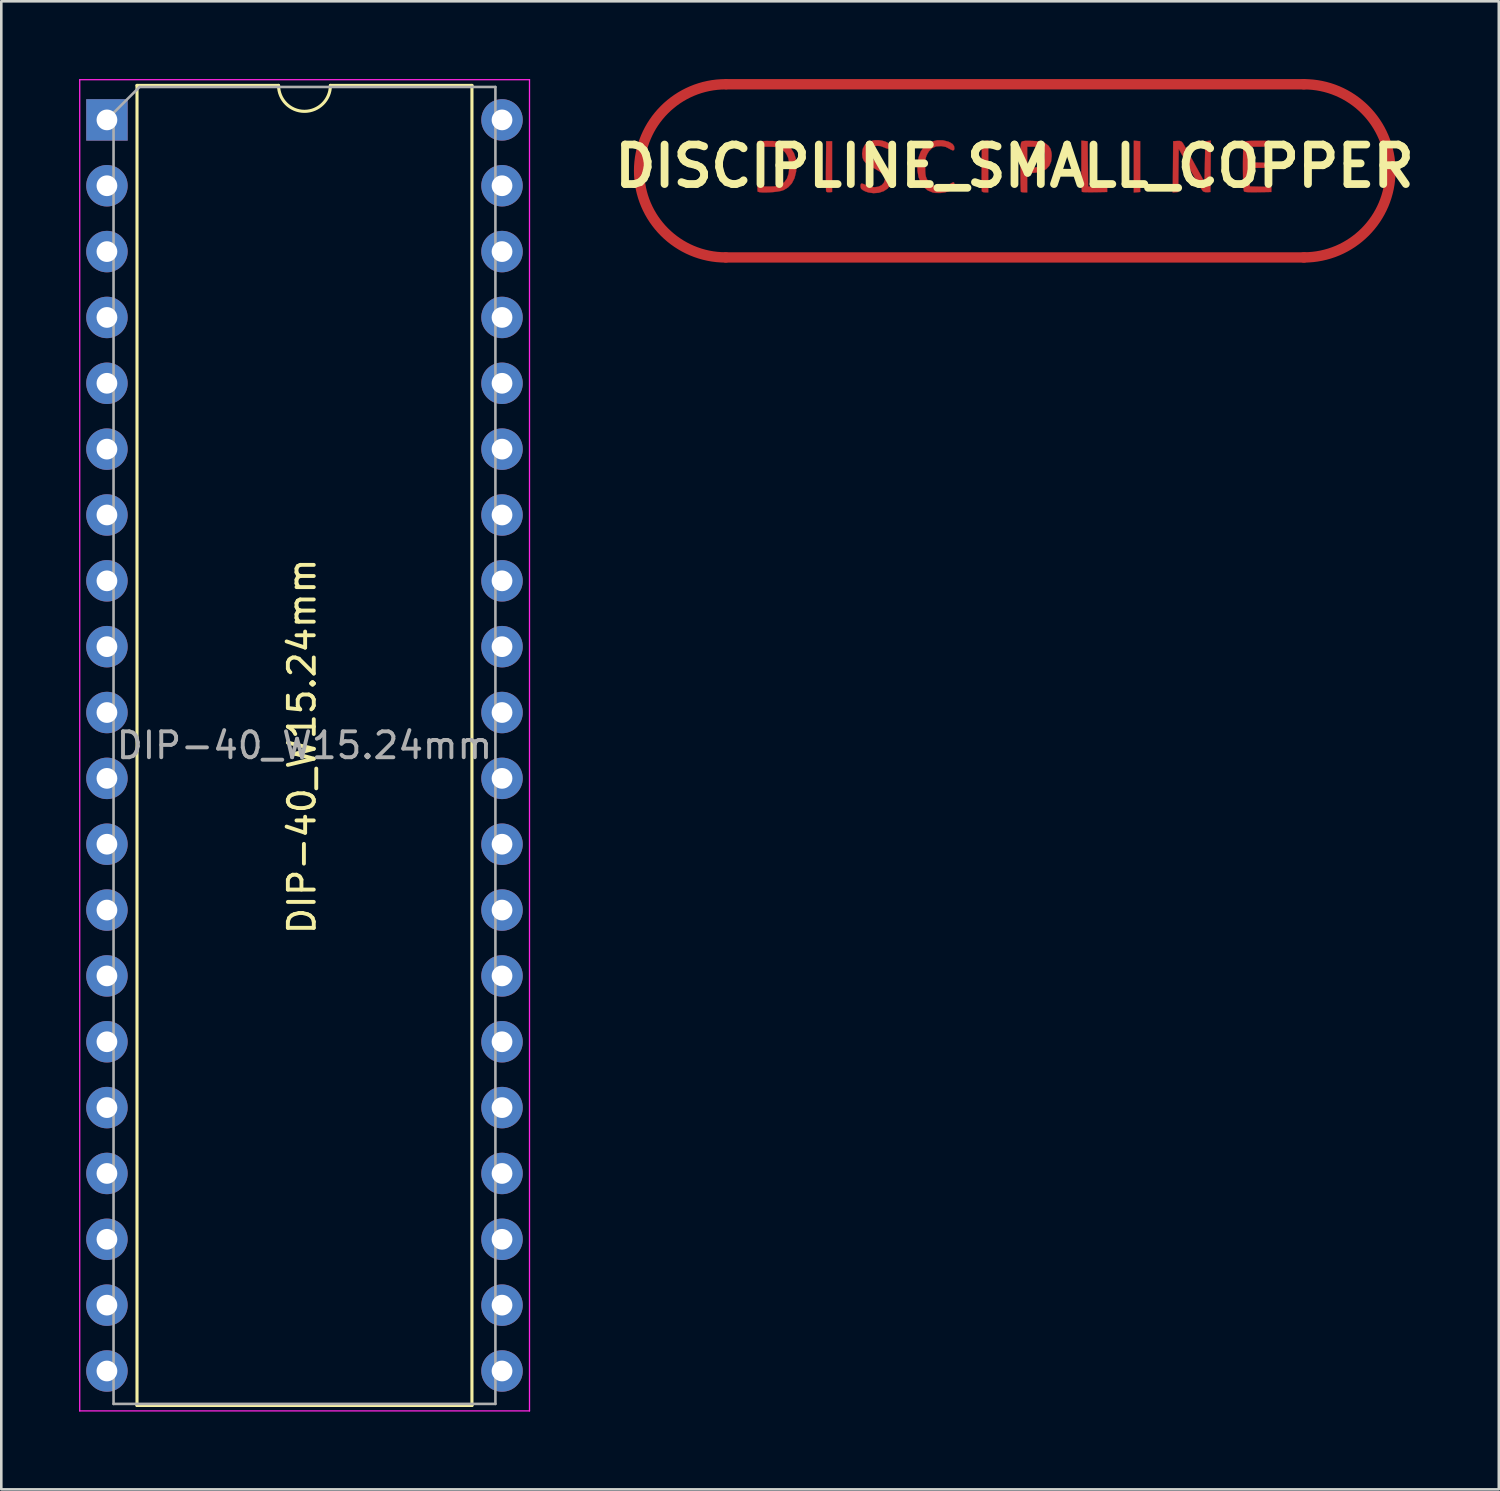
<source format=kicad_pcb>
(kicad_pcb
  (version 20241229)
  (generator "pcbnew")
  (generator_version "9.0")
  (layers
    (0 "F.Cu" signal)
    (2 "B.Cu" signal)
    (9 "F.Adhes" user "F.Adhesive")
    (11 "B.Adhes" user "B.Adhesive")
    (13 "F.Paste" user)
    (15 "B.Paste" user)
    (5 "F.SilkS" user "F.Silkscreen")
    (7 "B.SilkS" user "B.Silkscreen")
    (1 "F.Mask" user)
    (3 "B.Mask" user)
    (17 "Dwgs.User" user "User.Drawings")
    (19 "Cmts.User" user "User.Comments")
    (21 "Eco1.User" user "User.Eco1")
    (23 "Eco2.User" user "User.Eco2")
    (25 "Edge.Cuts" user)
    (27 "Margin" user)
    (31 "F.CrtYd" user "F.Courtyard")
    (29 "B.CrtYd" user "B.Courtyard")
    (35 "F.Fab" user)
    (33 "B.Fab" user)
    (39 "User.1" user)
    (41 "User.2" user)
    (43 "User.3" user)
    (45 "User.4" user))
  (footprint "DISCIPLINE_SMALL_COPPER"
    (layer "F.Cu")
    (at 36.083 3.36)
    (property "Reference" "DISCIPLINE_SMALL_COPPER" (at 0 0 0) (layer "F.SilkS") (effects (font (size 1.524 1.524) (thickness 0.3))))
    (attr through_hole)
    (fp_line (start -11.13 3.52) (end 11.17 3.52) (stroke (width 0.4) (type solid)) (layer "F.Cu"))
    (fp_line (start -11.11 -3.16) (end 11.17 -3.16) (stroke (width 0.4) (type solid)) (layer "F.Cu"))
    (fp_arc (start -11.14 3.52) (mid -14.48 0.18) (end -11.14 -3.16) (stroke (width 0.4) (type solid)) (layer "F.Cu"))
    (fp_arc (start 11.16 -3.16) (mid 14.5 0.18) (end 11.16 3.52) (stroke (width 0.4) (type solid)) (layer "F.Cu"))
    (fp_poly (pts (xy 4.726 -0.973) (xy 4.848 -0.963) (xy 4.848 0.996) (xy 4.603 1.016) (xy 4.603 -0.983) (xy 4.726 -0.973)) (stroke (width 0.01) (type solid)) (fill yes) (layer "F.Cu"))
    (fp_poly (pts (xy -7.036 0.996) (xy -7.142 1.006) (xy -7.228 1.001) (xy -7.265 0.973) (xy -7.269 0.93) (xy -7.272 0.831) (xy -7.274 0.684) (xy -7.275 0.497) (xy -7.275 0.279) (xy -7.273 0.039) (xy -7.273 -0.017) (xy -7.264 -0.963) (xy -7.036 -0.963) (xy -7.036 0.996)) (stroke (width 0.01) (type solid)) (fill yes) (layer "F.Cu"))
    (fp_poly (pts (xy -1.012 1.012) (xy -1.127 1.012) (xy -1.208 1.002) (xy -1.256 0.976) (xy -1.258 0.971) (xy -1.262 0.929) (xy -1.265 0.83) (xy -1.267 0.683) (xy -1.268 0.497) (xy -1.268 0.279) (xy -1.266 0.04) (xy -1.266 -0.017) (xy -1.257 -0.963) (xy -1.135 -0.973) (xy -1.012 -0.983) (xy -1.012 1.012)) (stroke (width 0.01) (type solid)) (fill yes) (layer "F.Cu"))
    (fp_poly (pts (xy 2.702 -0.973) (xy 2.824 -0.963) (xy 2.841 0.781) (xy 3.575 0.8) (xy 3.575 0.996) (xy 3.1 1.005) (xy 2.93 1.006) (xy 2.783 1.005) (xy 2.673 1.001) (xy 2.611 0.994) (xy 2.602 0.991) (xy 2.596 0.954) (xy 2.591 0.86) (xy 2.586 0.717) (xy 2.583 0.533) (xy 2.58 0.317) (xy 2.579 0.077) (xy 2.579 -0.007) (xy 2.579 -0.983) (xy 2.702 -0.973)) (stroke (width 0.01) (type solid)) (fill yes) (layer "F.Cu"))
    (fp_poly (pts (xy 7.567 0.006) (xy 7.558 0.996) (xy 7.444 1.005) (xy 7.35 1) (xy 7.278 0.975) (xy 7.275 0.973) (xy 7.245 0.934) (xy 7.189 0.846) (xy 7.11 0.715) (xy 7.015 0.551) (xy 6.906 0.361) (xy 6.789 0.153) (xy 6.777 0.131) (xy 6.335 -0.668) (xy 6.326 0.164) (xy 6.317 0.996) (xy 6.211 1.006) (xy 6.104 1.016) (xy 6.113 0.027) (xy 6.121 -0.963) (xy 6.273 -0.973) (xy 6.374 -0.973) (xy 6.436 -0.953) (xy 6.485 -0.904) (xy 6.517 -0.854) (xy 6.575 -0.755) (xy 6.654 -0.617) (xy 6.749 -0.448) (xy 6.855 -0.256) (xy 6.938 -0.106) (xy 7.329 0.612) (xy 7.362 -0.963) (xy 7.469 -0.973) (xy 7.575 -0.984) (xy 7.567 0.006)) (stroke (width 0.01) (type solid)) (fill yes) (layer "F.Cu"))
    (fp_poly (pts (xy 9.582 -0.979) (xy 9.717 -0.976) (xy 9.808 -0.971) (xy 9.862 -0.961) (xy 9.892 -0.945) (xy 9.906 -0.923) (xy 9.907 -0.919) (xy 9.914 -0.84) (xy 9.906 -0.804) (xy 9.889 -0.782) (xy 9.85 -0.766) (xy 9.78 -0.757) (xy 9.667 -0.752) (xy 9.5 -0.751) (xy 9.479 -0.751) (xy 9.074 -0.751) (xy 9.083 -0.449) (xy 9.092 -0.147) (xy 9.443 -0.138) (xy 9.794 -0.128) (xy 9.794 0.065) (xy 9.076 0.065) (xy 9.076 0.782) (xy 9.909 0.8) (xy 9.909 0.996) (xy 9.402 1.005) (xy 9.186 1.007) (xy 9.03 1.004) (xy 8.926 0.996) (xy 8.868 0.982) (xy 8.855 0.974) (xy 8.843 0.929) (xy 8.832 0.83) (xy 8.824 0.686) (xy 8.818 0.508) (xy 8.814 0.306) (xy 8.812 0.09) (xy 8.812 -0.13) (xy 8.815 -0.342) (xy 8.819 -0.538) (xy 8.826 -0.706) (xy 8.835 -0.836) (xy 8.846 -0.918) (xy 8.854 -0.94) (xy 8.9 -0.958) (xy 9.001 -0.97) (xy 9.16 -0.977) (xy 9.381 -0.979) (xy 9.391 -0.979) (xy 9.582 -0.979)) (stroke (width 0.01) (type solid)) (fill yes) (layer "F.Cu"))
    (fp_poly (pts (xy -9.323 -0.971) (xy -9.11 -0.947) (xy -8.933 -0.898) (xy -8.78 -0.822) (xy -8.773 -0.817) (xy -8.621 -0.684) (xy -8.507 -0.504) (xy -8.434 -0.288) (xy -8.406 -0.044) (xy -8.424 0.216) (xy -8.486 0.464) (xy -8.588 0.662) (xy -8.731 0.816) (xy -8.913 0.925) (xy -9.004 0.954) (xy -9.132 0.978) (xy -9.283 0.997) (xy -9.444 1.009) (xy -9.599 1.015) (xy -9.737 1.013) (xy -9.842 1.002) (xy -9.901 0.983) (xy -9.909 0.975) (xy -9.913 0.932) (xy -9.916 0.832) (xy -9.918 0.684) (xy -9.919 0.497) (xy -9.919 0.279) (xy -9.918 0.039) (xy -9.917 -0.017) (xy -9.911 -0.751) (xy -9.664 -0.751) (xy -9.664 0.784) (xy -9.409 0.784) (xy -9.252 0.778) (xy -9.135 0.759) (xy -9.032 0.721) (xy -9.01 0.71) (xy -8.872 0.612) (xy -8.775 0.476) (xy -8.715 0.294) (xy -8.691 0.1) (xy -8.692 -0.131) (xy -8.728 -0.317) (xy -8.8 -0.47) (xy -8.857 -0.544) (xy -8.963 -0.644) (xy -9.082 -0.708) (xy -9.231 -0.742) (xy -9.418 -0.751) (xy -9.664 -0.751) (xy -9.911 -0.751) (xy -9.909 -0.963) (xy -9.585 -0.973) (xy -9.323 -0.971)) (stroke (width 0.01) (type solid)) (fill yes) (layer "F.Cu"))
    (fp_poly (pts (xy -2.759 -0.998) (xy -2.546 -0.944) (xy -2.487 -0.917) (xy -2.383 -0.85) (xy -2.331 -0.774) (xy -2.318 -0.685) (xy -2.333 -0.622) (xy -2.381 -0.608) (xy -2.466 -0.643) (xy -2.516 -0.674) (xy -2.654 -0.743) (xy -2.815 -0.773) (xy -2.835 -0.775) (xy -3.024 -0.762) (xy -3.178 -0.696) (xy -3.301 -0.573) (xy -3.361 -0.474) (xy -3.399 -0.392) (xy -3.424 -0.314) (xy -3.438 -0.222) (xy -3.443 -0.097) (xy -3.444 0.032) (xy -3.442 0.196) (xy -3.434 0.312) (xy -3.418 0.399) (xy -3.391 0.473) (xy -3.369 0.515) (xy -3.259 0.659) (xy -3.113 0.756) (xy -2.943 0.804) (xy -2.762 0.801) (xy -2.582 0.745) (xy -2.48 0.684) (xy -2.408 0.64) (xy -2.356 0.62) (xy -2.354 0.62) (xy -2.323 0.646) (xy -2.318 0.709) (xy -2.334 0.787) (xy -2.371 0.859) (xy -2.39 0.881) (xy -2.511 0.957) (xy -2.674 1.01) (xy -2.86 1.036) (xy -3.049 1.032) (xy -3.155 1.014) (xy -3.343 0.937) (xy -3.499 0.808) (xy -3.62 0.632) (xy -3.702 0.416) (xy -3.744 0.166) (xy -3.743 -0.082) (xy -3.701 -0.334) (xy -3.62 -0.556) (xy -3.504 -0.737) (xy -3.391 -0.844) (xy -3.2 -0.947) (xy -2.983 -0.999) (xy -2.759 -0.998)) (stroke (width 0.01) (type solid)) (fill yes) (layer "F.Cu"))
    (fp_poly (pts (xy 0.696 -0.973) (xy 0.866 -0.965) (xy 0.987 -0.954) (xy 1.074 -0.936) (xy 1.142 -0.91) (xy 1.189 -0.883) (xy 1.316 -0.783) (xy 1.394 -0.663) (xy 1.431 -0.508) (xy 1.436 -0.392) (xy 1.412 -0.18) (xy 1.341 -0.012) (xy 1.221 0.115) (xy 1.051 0.201) (xy 0.829 0.248) (xy 0.745 0.255) (xy 0.49 0.27) (xy 0.49 1.012) (xy 0.381 1.012) (xy 0.3 1.006) (xy 0.252 0.992) (xy 0.25 0.99) (xy 0.245 0.953) (xy 0.24 0.859) (xy 0.235 0.717) (xy 0.232 0.535) (xy 0.23 0.32) (xy 0.229 0.083) (xy 0.229 0.031) (xy 0.229 -0.247) (xy 0.231 -0.466) (xy 0.234 -0.635) (xy 0.238 -0.751) (xy 0.49 -0.751) (xy 0.49 -0.365) (xy 0.491 -0.212) (xy 0.496 -0.084) (xy 0.503 0.006) (xy 0.511 0.044) (xy 0.563 0.06) (xy 0.657 0.064) (xy 0.769 0.055) (xy 0.879 0.034) (xy 0.884 0.033) (xy 1.023 -0.032) (xy 1.114 -0.137) (xy 1.162 -0.288) (xy 1.168 -0.342) (xy 1.174 -0.449) (xy 1.162 -0.518) (xy 1.124 -0.578) (xy 1.068 -0.636) (xy 1.004 -0.696) (xy 0.948 -0.731) (xy 0.878 -0.746) (xy 0.772 -0.751) (xy 0.722 -0.751) (xy 0.49 -0.751) (xy 0.238 -0.751) (xy 0.238 -0.759) (xy 0.245 -0.845) (xy 0.255 -0.902) (xy 0.267 -0.934) (xy 0.278 -0.947) (xy 0.326 -0.966) (xy 0.418 -0.976) (xy 0.562 -0.977) (xy 0.696 -0.973)) (stroke (width 0.01) (type solid)) (fill yes) (layer "F.Cu"))
    (fp_poly (pts (xy -5.109 -0.984) (xy -4.986 -0.95) (xy -4.893 -0.906) (xy -4.851 -0.861) (xy -4.833 -0.776) (xy -4.84 -0.703) (xy -4.86 -0.672) (xy -4.903 -0.675) (xy -4.98 -0.703) (xy -5.014 -0.719) (xy -5.171 -0.776) (xy -5.321 -0.787) (xy -5.45 -0.755) (xy -5.549 -0.686) (xy -5.606 -0.582) (xy -5.615 -0.506) (xy -5.592 -0.393) (xy -5.518 -0.294) (xy -5.388 -0.203) (xy -5.269 -0.144) (xy -5.042 -0.028) (xy -4.878 0.091) (xy -4.795 0.186) (xy -4.753 0.294) (xy -4.735 0.435) (xy -4.743 0.581) (xy -4.776 0.704) (xy -4.782 0.716) (xy -4.891 0.86) (xy -5.045 0.964) (xy -5.232 1.026) (xy -5.441 1.041) (xy -5.632 1.014) (xy -5.748 0.976) (xy -5.85 0.924) (xy -5.914 0.872) (xy -5.917 0.868) (xy -5.938 0.803) (xy -5.938 0.727) (xy -5.916 0.674) (xy -5.911 0.671) (xy -5.867 0.673) (xy -5.788 0.702) (xy -5.745 0.723) (xy -5.57 0.79) (xy -5.403 0.812) (xy -5.252 0.792) (xy -5.127 0.734) (xy -5.039 0.64) (xy -4.997 0.514) (xy -4.995 0.476) (xy -5.017 0.387) (xy -5.085 0.298) (xy -5.204 0.204) (xy -5.381 0.1) (xy -5.423 0.078) (xy -5.607 -0.026) (xy -5.736 -0.123) (xy -5.819 -0.223) (xy -5.863 -0.337) (xy -5.877 -0.475) (xy -5.877 -0.485) (xy -5.851 -0.672) (xy -5.774 -0.819) (xy -5.647 -0.924) (xy -5.47 -0.988) (xy -5.374 -1.002) (xy -5.244 -1.003) (xy -5.109 -0.984)) (stroke (width 0.01) (type solid)) (fill yes) (layer "F.Cu")))
  (footprint "DIP-40_W15.24mm"
    (layer "F.Cu")
    (at 1.075 1.575)
    (property "Reference" "DIP-40_W15.24mm" (at 7.524 24.165 90) (layer "F.SilkS") (effects (font (size 1 1) (thickness 0.15))))
    (attr through_hole)
    (fp_line (start 1.16 -1.33) (end 1.16 49.59) (stroke (width 0.12) (type solid)) (layer "F.SilkS"))
    (fp_line (start 1.16 49.59) (end 14.08 49.59) (stroke (width 0.12) (type solid)) (layer "F.SilkS"))
    (fp_line (start 6.62 -1.33) (end 1.16 -1.33) (stroke (width 0.12) (type solid)) (layer "F.SilkS"))
    (fp_line (start 14.08 -1.33) (end 8.62 -1.33) (stroke (width 0.12) (type solid)) (layer "F.SilkS"))
    (fp_line (start 14.08 49.59) (end 14.08 -1.33) (stroke (width 0.12) (type solid)) (layer "F.SilkS"))
    (fp_arc (start 8.62 -1.33) (mid 7.62 -0.33) (end 6.62 -1.33) (stroke (width 0.12) (type solid)) (layer "F.SilkS"))
    (fp_line (start -1.05 -1.55) (end -1.05 49.8) (stroke (width 0.05) (type solid)) (layer "F.CrtYd"))
    (fp_line (start -1.05 49.8) (end 16.3 49.8) (stroke (width 0.05) (type solid)) (layer "F.CrtYd"))
    (fp_line (start 16.3 -1.55) (end -1.05 -1.55) (stroke (width 0.05) (type solid)) (layer "F.CrtYd"))
    (fp_line (start 16.3 49.8) (end 16.3 -1.55) (stroke (width 0.05) (type solid)) (layer "F.CrtYd"))
    (fp_line (start 0.255 -0.27) (end 1.255 -1.27) (stroke (width 0.1) (type solid)) (layer "F.Fab"))
    (fp_line (start 0.255 49.53) (end 0.255 -0.27) (stroke (width 0.1) (type solid)) (layer "F.Fab"))
    (fp_line (start 1.255 -1.27) (end 14.985 -1.27) (stroke (width 0.1) (type solid)) (layer "F.Fab"))
    (fp_line (start 14.985 -1.27) (end 14.985 49.53) (stroke (width 0.1) (type solid)) (layer "F.Fab"))
    (fp_line (start 14.985 49.53) (end 0.255 49.53) (stroke (width 0.1) (type solid)) (layer "F.Fab"))
    (fp_text user "${REFERENCE}" (at 7.62 24.13 0) (layer "F.Fab") (effects (font (size 1 1) (thickness 0.15))))
    (pad "1" thru_hole rect (at 0 0) (size 1.6 1.6) (drill 0.8) (layers "*.Cu" "*.Mask"))
    (pad "2" thru_hole oval (at 0 2.54) (size 1.6 1.6) (drill 0.8) (layers "*.Cu" "*.Mask"))
    (pad "3" thru_hole oval (at 0 5.08) (size 1.6 1.6) (drill 0.8) (layers "*.Cu" "*.Mask"))
    (pad "4" thru_hole oval (at 0 7.62) (size 1.6 1.6) (drill 0.8) (layers "*.Cu" "*.Mask"))
    (pad "5" thru_hole oval (at 0 10.16) (size 1.6 1.6) (drill 0.8) (layers "*.Cu" "*.Mask"))
    (pad "6" thru_hole oval (at 0 12.7) (size 1.6 1.6) (drill 0.8) (layers "*.Cu" "*.Mask"))
    (pad "7" thru_hole oval (at 0 15.24) (size 1.6 1.6) (drill 0.8) (layers "*.Cu" "*.Mask"))
    (pad "8" thru_hole oval (at 0 17.78) (size 1.6 1.6) (drill 0.8) (layers "*.Cu" "*.Mask"))
    (pad "9" thru_hole oval (at 0 20.32) (size 1.6 1.6) (drill 0.8) (layers "*.Cu" "*.Mask"))
    (pad "10" thru_hole oval (at 0 22.86) (size 1.6 1.6) (drill 0.8) (layers "*.Cu" "*.Mask"))
    (pad "11" thru_hole oval (at 0 25.4) (size 1.6 1.6) (drill 0.8) (layers "*.Cu" "*.Mask"))
    (pad "12" thru_hole oval (at 0 27.94) (size 1.6 1.6) (drill 0.8) (layers "*.Cu" "*.Mask"))
    (pad "13" thru_hole oval (at 0 30.48) (size 1.6 1.6) (drill 0.8) (layers "*.Cu" "*.Mask"))
    (pad "14" thru_hole oval (at 0 33.02) (size 1.6 1.6) (drill 0.8) (layers "*.Cu" "*.Mask"))
    (pad "15" thru_hole oval (at 0 35.56) (size 1.6 1.6) (drill 0.8) (layers "*.Cu" "*.Mask"))
    (pad "16" thru_hole oval (at 0 38.1) (size 1.6 1.6) (drill 0.8) (layers "*.Cu" "*.Mask"))
    (pad "17" thru_hole oval (at 0 40.64) (size 1.6 1.6) (drill 0.8) (layers "*.Cu" "*.Mask"))
    (pad "18" thru_hole oval (at 0 43.18) (size 1.6 1.6) (drill 0.8) (layers "*.Cu" "*.Mask"))
    (pad "19" thru_hole oval (at 0 45.72) (size 1.6 1.6) (drill 0.8) (layers "*.Cu" "*.Mask"))
    (pad "20" thru_hole oval (at 0 48.26) (size 1.6 1.6) (drill 0.8) (layers "*.Cu" "*.Mask"))
    (pad "21" thru_hole oval (at 15.24 48.26) (size 1.6 1.6) (drill 0.8) (layers "*.Cu" "*.Mask"))
    (pad "22" thru_hole oval (at 15.24 45.72) (size 1.6 1.6) (drill 0.8) (layers "*.Cu" "*.Mask"))
    (pad "23" thru_hole oval (at 15.24 43.18) (size 1.6 1.6) (drill 0.8) (layers "*.Cu" "*.Mask"))
    (pad "24" thru_hole oval (at 15.24 40.64) (size 1.6 1.6) (drill 0.8) (layers "*.Cu" "*.Mask"))
    (pad "25" thru_hole oval (at 15.24 38.1) (size 1.6 1.6) (drill 0.8) (layers "*.Cu" "*.Mask"))
    (pad "26" thru_hole oval (at 15.24 35.56) (size 1.6 1.6) (drill 0.8) (layers "*.Cu" "*.Mask"))
    (pad "27" thru_hole oval (at 15.24 33.02) (size 1.6 1.6) (drill 0.8) (layers "*.Cu" "*.Mask"))
    (pad "28" thru_hole oval (at 15.24 30.48) (size 1.6 1.6) (drill 0.8) (layers "*.Cu" "*.Mask"))
    (pad "29" thru_hole oval (at 15.24 27.94) (size 1.6 1.6) (drill 0.8) (layers "*.Cu" "*.Mask"))
    (pad "30" thru_hole oval (at 15.24 25.4) (size 1.6 1.6) (drill 0.8) (layers "*.Cu" "*.Mask"))
    (pad "31" thru_hole oval (at 15.24 22.86) (size 1.6 1.6) (drill 0.8) (layers "*.Cu" "*.Mask"))
    (pad "32" thru_hole oval (at 15.24 20.32) (size 1.6 1.6) (drill 0.8) (layers "*.Cu" "*.Mask"))
    (pad "33" thru_hole oval (at 15.24 17.78) (size 1.6 1.6) (drill 0.8) (layers "*.Cu" "*.Mask"))
    (pad "34" thru_hole oval (at 15.24 15.24) (size 1.6 1.6) (drill 0.8) (layers "*.Cu" "*.Mask"))
    (pad "35" thru_hole oval (at 15.24 12.7) (size 1.6 1.6) (drill 0.8) (layers "*.Cu" "*.Mask"))
    (pad "36" thru_hole oval (at 15.24 10.16) (size 1.6 1.6) (drill 0.8) (layers "*.Cu" "*.Mask"))
    (pad "37" thru_hole oval (at 15.24 7.62) (size 1.6 1.6) (drill 0.8) (layers "*.Cu" "*.Mask"))
    (pad "38" thru_hole oval (at 15.24 5.08) (size 1.6 1.6) (drill 0.8) (layers "*.Cu" "*.Mask"))
    (pad "39" thru_hole oval (at 15.24 2.54) (size 1.6 1.6) (drill 0.8) (layers "*.Cu" "*.Mask"))
    (pad "40" thru_hole oval (at 15.24 0) (size 1.6 1.6) (drill 0.8) (layers "*.Cu" "*.Mask")))
  (gr_rect
    (start -3 -3)
    (end 54.765 54.4)
    (stroke (width 0.1) (type default))
    (fill no)
    (layer "Edge.Cuts")))
</source>
